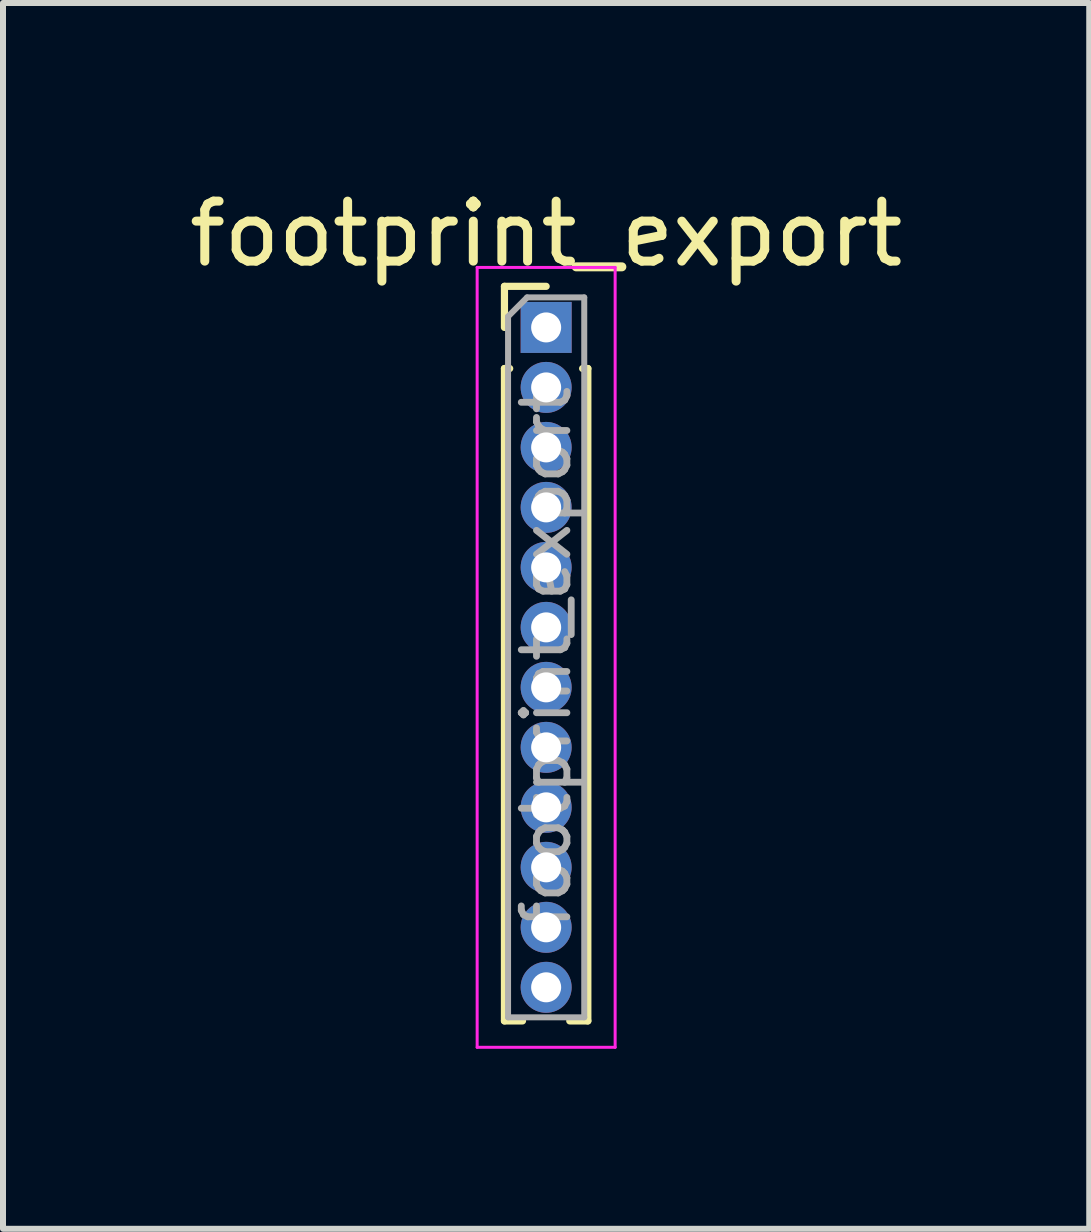
<source format=kicad_pcb>
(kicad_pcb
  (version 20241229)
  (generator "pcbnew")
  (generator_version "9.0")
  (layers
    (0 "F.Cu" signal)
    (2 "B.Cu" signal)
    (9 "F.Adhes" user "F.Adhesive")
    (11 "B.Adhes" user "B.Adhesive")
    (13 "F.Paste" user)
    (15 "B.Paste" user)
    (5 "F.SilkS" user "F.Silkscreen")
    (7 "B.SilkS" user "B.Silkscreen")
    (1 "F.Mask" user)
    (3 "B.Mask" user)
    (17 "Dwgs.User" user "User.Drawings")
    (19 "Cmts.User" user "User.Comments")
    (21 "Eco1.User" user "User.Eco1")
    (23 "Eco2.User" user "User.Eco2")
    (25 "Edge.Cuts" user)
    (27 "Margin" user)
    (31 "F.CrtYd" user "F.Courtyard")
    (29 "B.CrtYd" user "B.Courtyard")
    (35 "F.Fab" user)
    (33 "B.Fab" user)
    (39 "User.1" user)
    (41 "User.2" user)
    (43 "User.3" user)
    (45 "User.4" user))
  (footprint "footprint_export"
    (layer "F.Cu")
    (at 6.054 2.408)
    (property "Reference" "footprint_export" (at 0 -1.56 0) (layer "F.SilkS") (effects (font (size 1 1) (thickness 0.15))))
    (attr through_hole)
    (fp_line (start -0.695 -0.685) (end 0 -0.685) (stroke (width 0.12) (type solid)) (layer "F.SilkS"))
    (fp_line (start -0.695 0) (end -0.695 -0.685) (stroke (width 0.12) (type solid)) (layer "F.SilkS"))
    (fp_line (start -0.695 0.685) (end -0.695 11.56) (stroke (width 0.12) (type solid)) (layer "F.SilkS"))
    (fp_line (start -0.695 0.685) (end -0.608 0.685) (stroke (width 0.12) (type solid)) (layer "F.SilkS"))
    (fp_line (start -0.695 11.56) (end -0.394 11.56) (stroke (width 0.12) (type solid)) (layer "F.SilkS"))
    (fp_line (start 0.394 11.56) (end 0.695 11.56) (stroke (width 0.12) (type solid)) (layer "F.SilkS"))
    (fp_line (start 0.608 0.685) (end 0.695 0.685) (stroke (width 0.12) (type solid)) (layer "F.SilkS"))
    (fp_line (start 0.695 0.685) (end 0.695 11.56) (stroke (width 0.12) (type solid)) (layer "F.SilkS"))
    (fp_line (start -1.15 -1) (end -1.15 12) (stroke (width 0.05) (type solid)) (layer "F.CrtYd"))
    (fp_line (start -1.15 12) (end 1.15 12) (stroke (width 0.05) (type solid)) (layer "F.CrtYd"))
    (fp_line (start 1.15 -1) (end -1.15 -1) (stroke (width 0.05) (type solid)) (layer "F.CrtYd"))
    (fp_line (start 1.15 12) (end 1.15 -1) (stroke (width 0.05) (type solid)) (layer "F.CrtYd"))
    (fp_line (start -0.635 -0.182) (end -0.318 -0.5) (stroke (width 0.1) (type solid)) (layer "F.Fab"))
    (fp_line (start -0.635 11.5) (end -0.635 -0.182) (stroke (width 0.1) (type solid)) (layer "F.Fab"))
    (fp_line (start -0.318 -0.5) (end 0.635 -0.5) (stroke (width 0.1) (type solid)) (layer "F.Fab"))
    (fp_line (start 0.635 -0.5) (end 0.635 11.5) (stroke (width 0.1) (type solid)) (layer "F.Fab"))
    (fp_line (start 0.635 11.5) (end -0.635 11.5) (stroke (width 0.1) (type solid)) (layer "F.Fab"))
    (fp_text user "${REFERENCE}" (at 0 5.5 90) (layer "F.Fab") (effects (font (size 0.76 0.76) (thickness 0.114))))
    (pad "1" thru_hole rect (at 0 0) (size 0.85 0.85) (drill 0.5) (layers "*.Cu" "*.Mask"))
    (pad "2" thru_hole oval (at 0 1) (size 0.85 0.85) (drill 0.5) (layers "*.Cu" "*.Mask"))
    (pad "3" thru_hole oval (at 0 2) (size 0.85 0.85) (drill 0.5) (layers "*.Cu" "*.Mask"))
    (pad "4" thru_hole oval (at 0 3) (size 0.85 0.85) (drill 0.5) (layers "*.Cu" "*.Mask"))
    (pad "5" thru_hole oval (at 0 4) (size 0.85 0.85) (drill 0.5) (layers "*.Cu" "*.Mask"))
    (pad "6" thru_hole oval (at 0 5) (size 0.85 0.85) (drill 0.5) (layers "*.Cu" "*.Mask"))
    (pad "7" thru_hole oval (at 0 6) (size 0.85 0.85) (drill 0.5) (layers "*.Cu" "*.Mask"))
    (pad "8" thru_hole oval (at 0 7) (size 0.85 0.85) (drill 0.5) (layers "*.Cu" "*.Mask"))
    (pad "9" thru_hole oval (at 0 8) (size 0.85 0.85) (drill 0.5) (layers "*.Cu" "*.Mask"))
    (pad "10" thru_hole oval (at 0 9) (size 0.85 0.85) (drill 0.5) (layers "*.Cu" "*.Mask"))
    (pad "11" thru_hole oval (at 0 10) (size 0.85 0.85) (drill 0.5) (layers "*.Cu" "*.Mask"))
    (pad "12" thru_hole oval (at 0 11) (size 0.85 0.85) (drill 0.5) (layers "*.Cu" "*.Mask")))
  (gr_rect
    (start -3 -3)
    (end 15.107 17.433)
    (stroke (width 0.1) (type default))
    (fill no)
    (layer "Edge.Cuts")))
</source>
